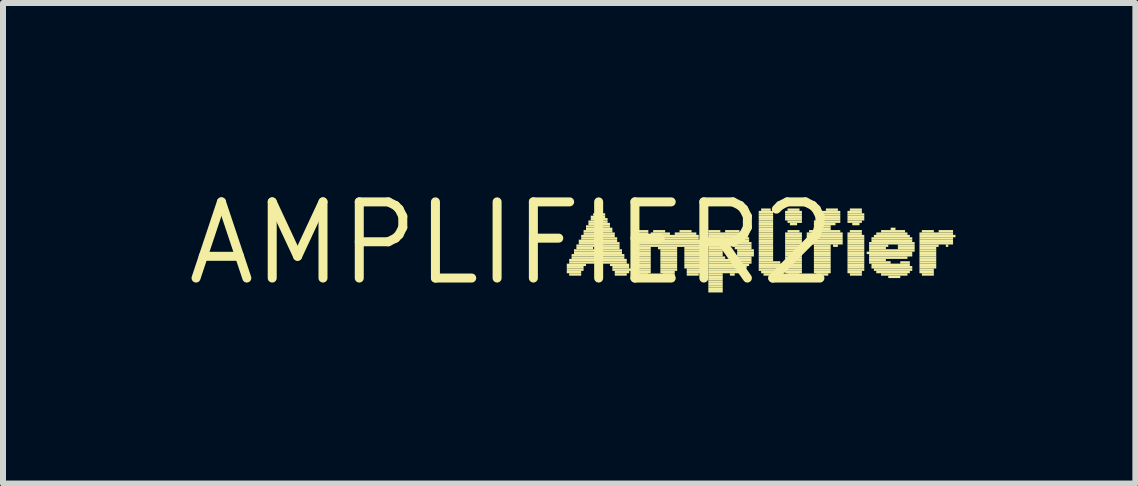
<source format=kicad_pcb>
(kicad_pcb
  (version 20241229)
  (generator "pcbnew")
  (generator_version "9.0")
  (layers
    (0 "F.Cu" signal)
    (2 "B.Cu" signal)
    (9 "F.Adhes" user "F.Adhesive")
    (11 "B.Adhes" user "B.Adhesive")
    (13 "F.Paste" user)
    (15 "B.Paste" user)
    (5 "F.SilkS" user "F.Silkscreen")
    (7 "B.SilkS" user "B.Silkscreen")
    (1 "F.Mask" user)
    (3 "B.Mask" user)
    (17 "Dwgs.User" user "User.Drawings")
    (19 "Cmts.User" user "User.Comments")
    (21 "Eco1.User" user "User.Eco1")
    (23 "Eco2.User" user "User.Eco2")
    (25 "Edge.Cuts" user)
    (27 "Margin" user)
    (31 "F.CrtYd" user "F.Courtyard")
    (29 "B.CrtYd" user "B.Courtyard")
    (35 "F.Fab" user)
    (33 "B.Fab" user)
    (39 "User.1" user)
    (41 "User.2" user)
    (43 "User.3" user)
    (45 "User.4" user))
  (footprint "AMPLIFIER2"
    (layer "F.Cu")
    (at 5.48 1.006)
    (property "Reference" "AMPLIFIER2" (at 0 0 0) (layer "F.SilkS") (effects (font (size 1.27 1.27) (thickness 0.15))))
    (fp_poly (pts (xy 0.92 0.38) (xy 1.24 0.38) (xy 1.24 0.34) (xy 0.92 0.34)) (stroke (width 0) (type default)) (fill yes) (layer "F.SilkS"))
    (fp_poly (pts (xy 0.92 0.42) (xy 1.2 0.42) (xy 1.2 0.38) (xy 0.92 0.38)) (stroke (width 0) (type default)) (fill yes) (layer "F.SilkS"))
    (fp_poly (pts (xy 0.92 0.46) (xy 1.2 0.46) (xy 1.2 0.42) (xy 0.92 0.42)) (stroke (width 0) (type default)) (fill yes) (layer "F.SilkS"))
    (fp_poly (pts (xy 0.92 0.5) (xy 1.16 0.5) (xy 1.16 0.46) (xy 0.92 0.46)) (stroke (width 0) (type default)) (fill yes) (layer "F.SilkS"))
    (fp_poly (pts (xy 0.96 0.3) (xy 1.92 0.3) (xy 1.92 0.26) (xy 0.96 0.26)) (stroke (width 0) (type default)) (fill yes) (layer "F.SilkS"))
    (fp_poly (pts (xy 0.96 0.34) (xy 1.92 0.34) (xy 1.92 0.3) (xy 0.96 0.3)) (stroke (width 0) (type default)) (fill yes) (layer "F.SilkS"))
    (fp_poly (pts (xy 0.96 0.54) (xy 1.16 0.54) (xy 1.16 0.5) (xy 0.96 0.5)) (stroke (width 0) (type default)) (fill yes) (layer "F.SilkS"))
    (fp_poly (pts (xy 1 0.22) (xy 1.88 0.22) (xy 1.88 0.18) (xy 1 0.18)) (stroke (width 0) (type default)) (fill yes) (layer "F.SilkS"))
    (fp_poly (pts (xy 1 0.26) (xy 1.88 0.26) (xy 1.88 0.22) (xy 1 0.22)) (stroke (width 0) (type default)) (fill yes) (layer "F.SilkS"))
    (fp_poly (pts (xy 1.04 0.14) (xy 1.84 0.14) (xy 1.84 0.1) (xy 1.04 0.1)) (stroke (width 0) (type default)) (fill yes) (layer "F.SilkS"))
    (fp_poly (pts (xy 1.04 0.18) (xy 1.84 0.18) (xy 1.84 0.14) (xy 1.04 0.14)) (stroke (width 0) (type default)) (fill yes) (layer "F.SilkS"))
    (fp_poly (pts (xy 1.08 0.06) (xy 1.4 0.06) (xy 1.4 0.02) (xy 1.08 0.02)) (stroke (width 0) (type default)) (fill yes) (layer "F.SilkS"))
    (fp_poly (pts (xy 1.08 0.1) (xy 1.36 0.1) (xy 1.36 0.06) (xy 1.08 0.06)) (stroke (width 0) (type default)) (fill yes) (layer "F.SilkS"))
    (fp_poly (pts (xy 1.12 -0.02) (xy 1.44 -0.02) (xy 1.44 -0.06) (xy 1.12 -0.06)) (stroke (width 0) (type default)) (fill yes) (layer "F.SilkS"))
    (fp_poly (pts (xy 1.12 0.02) (xy 1.4 0.02) (xy 1.4 -0.02) (xy 1.12 -0.02)) (stroke (width 0) (type default)) (fill yes) (layer "F.SilkS"))
    (fp_poly (pts (xy 1.16 -0.1) (xy 1.72 -0.1) (xy 1.72 -0.14) (xy 1.16 -0.14)) (stroke (width 0) (type default)) (fill yes) (layer "F.SilkS"))
    (fp_poly (pts (xy 1.16 -0.06) (xy 1.76 -0.06) (xy 1.76 -0.1) (xy 1.16 -0.1)) (stroke (width 0) (type default)) (fill yes) (layer "F.SilkS"))
    (fp_poly (pts (xy 1.2 -0.18) (xy 1.68 -0.18) (xy 1.68 -0.22) (xy 1.2 -0.22)) (stroke (width 0) (type default)) (fill yes) (layer "F.SilkS"))
    (fp_poly (pts (xy 1.2 -0.14) (xy 1.72 -0.14) (xy 1.72 -0.18) (xy 1.2 -0.18)) (stroke (width 0) (type default)) (fill yes) (layer "F.SilkS"))
    (fp_poly (pts (xy 1.24 -0.26) (xy 1.64 -0.26) (xy 1.64 -0.3) (xy 1.24 -0.3)) (stroke (width 0) (type default)) (fill yes) (layer "F.SilkS"))
    (fp_poly (pts (xy 1.24 -0.22) (xy 1.68 -0.22) (xy 1.68 -0.26) (xy 1.24 -0.26)) (stroke (width 0) (type default)) (fill yes) (layer "F.SilkS"))
    (fp_poly (pts (xy 1.28 -0.34) (xy 1.6 -0.34) (xy 1.6 -0.38) (xy 1.28 -0.38)) (stroke (width 0) (type default)) (fill yes) (layer "F.SilkS"))
    (fp_poly (pts (xy 1.28 -0.3) (xy 1.64 -0.3) (xy 1.64 -0.34) (xy 1.28 -0.34)) (stroke (width 0) (type default)) (fill yes) (layer "F.SilkS"))
    (fp_poly (pts (xy 1.32 -0.42) (xy 1.56 -0.42) (xy 1.56 -0.46) (xy 1.32 -0.46)) (stroke (width 0) (type default)) (fill yes) (layer "F.SilkS"))
    (fp_poly (pts (xy 1.32 -0.38) (xy 1.6 -0.38) (xy 1.6 -0.42) (xy 1.32 -0.42)) (stroke (width 0) (type default)) (fill yes) (layer "F.SilkS"))
    (fp_poly (pts (xy 1.36 -0.46) (xy 1.56 -0.46) (xy 1.56 -0.5) (xy 1.36 -0.5)) (stroke (width 0) (type default)) (fill yes) (layer "F.SilkS"))
    (fp_poly (pts (xy 1.44 -0.5) (xy 1.48 -0.5) (xy 1.48 -0.54) (xy 1.44 -0.54)) (stroke (width 0) (type default)) (fill yes) (layer "F.SilkS"))
    (fp_poly (pts (xy 1.48 -0.02) (xy 1.76 -0.02) (xy 1.76 -0.06) (xy 1.48 -0.06)) (stroke (width 0) (type default)) (fill yes) (layer "F.SilkS"))
    (fp_poly (pts (xy 1.48 0.02) (xy 1.8 0.02) (xy 1.8 -0.02) (xy 1.48 -0.02)) (stroke (width 0) (type default)) (fill yes) (layer "F.SilkS"))
    (fp_poly (pts (xy 1.52 0.06) (xy 1.8 0.06) (xy 1.8 0.02) (xy 1.52 0.02)) (stroke (width 0) (type default)) (fill yes) (layer "F.SilkS"))
    (fp_poly (pts (xy 1.52 0.1) (xy 1.8 0.1) (xy 1.8 0.06) (xy 1.52 0.06)) (stroke (width 0) (type default)) (fill yes) (layer "F.SilkS"))
    (fp_poly (pts (xy 1.64 0.38) (xy 1.96 0.38) (xy 1.96 0.34) (xy 1.64 0.34)) (stroke (width 0) (type default)) (fill yes) (layer "F.SilkS"))
    (fp_poly (pts (xy 1.68 0.42) (xy 1.96 0.42) (xy 1.96 0.38) (xy 1.68 0.38)) (stroke (width 0) (type default)) (fill yes) (layer "F.SilkS"))
    (fp_poly (pts (xy 1.68 0.46) (xy 2 0.46) (xy 2 0.42) (xy 1.68 0.42)) (stroke (width 0) (type default)) (fill yes) (layer "F.SilkS"))
    (fp_poly (pts (xy 1.72 0.5) (xy 1.96 0.5) (xy 1.96 0.46) (xy 1.72 0.46)) (stroke (width 0) (type default)) (fill yes) (layer "F.SilkS"))
    (fp_poly (pts (xy 1.72 0.54) (xy 1.92 0.54) (xy 1.92 0.5) (xy 1.72 0.5)) (stroke (width 0) (type default)) (fill yes) (layer "F.SilkS"))
    (fp_poly (pts (xy 2.04 -0.14) (xy 2.28 -0.14) (xy 2.28 -0.18) (xy 2.04 -0.18)) (stroke (width 0) (type default)) (fill yes) (layer "F.SilkS"))
    (fp_poly (pts (xy 2.04 -0.1) (xy 3.12 -0.1) (xy 3.12 -0.14) (xy 2.04 -0.14)) (stroke (width 0) (type default)) (fill yes) (layer "F.SilkS"))
    (fp_poly (pts (xy 2.04 -0.06) (xy 3.12 -0.06) (xy 3.12 -0.1) (xy 2.04 -0.1)) (stroke (width 0) (type default)) (fill yes) (layer "F.SilkS"))
    (fp_poly (pts (xy 2.04 -0.02) (xy 3.16 -0.02) (xy 3.16 -0.06) (xy 2.04 -0.06)) (stroke (width 0) (type default)) (fill yes) (layer "F.SilkS"))
    (fp_poly (pts (xy 2.04 0.02) (xy 3.16 0.02) (xy 3.16 -0.02) (xy 2.04 -0.02)) (stroke (width 0) (type default)) (fill yes) (layer "F.SilkS"))
    (fp_poly (pts (xy 2.04 0.06) (xy 3.16 0.06) (xy 3.16 0.02) (xy 2.04 0.02)) (stroke (width 0) (type default)) (fill yes) (layer "F.SilkS"))
    (fp_poly (pts (xy 2.04 0.1) (xy 2.32 0.1) (xy 2.32 0.06) (xy 2.04 0.06)) (stroke (width 0) (type default)) (fill yes) (layer "F.SilkS"))
    (fp_poly (pts (xy 2.04 0.14) (xy 2.32 0.14) (xy 2.32 0.1) (xy 2.04 0.1)) (stroke (width 0) (type default)) (fill yes) (layer "F.SilkS"))
    (fp_poly (pts (xy 2.04 0.18) (xy 2.32 0.18) (xy 2.32 0.14) (xy 2.04 0.14)) (stroke (width 0) (type default)) (fill yes) (layer "F.SilkS"))
    (fp_poly (pts (xy 2.04 0.22) (xy 2.32 0.22) (xy 2.32 0.18) (xy 2.04 0.18)) (stroke (width 0) (type default)) (fill yes) (layer "F.SilkS"))
    (fp_poly (pts (xy 2.04 0.26) (xy 2.32 0.26) (xy 2.32 0.22) (xy 2.04 0.22)) (stroke (width 0) (type default)) (fill yes) (layer "F.SilkS"))
    (fp_poly (pts (xy 2.04 0.3) (xy 2.32 0.3) (xy 2.32 0.26) (xy 2.04 0.26)) (stroke (width 0) (type default)) (fill yes) (layer "F.SilkS"))
    (fp_poly (pts (xy 2.04 0.34) (xy 2.32 0.34) (xy 2.32 0.3) (xy 2.04 0.3)) (stroke (width 0) (type default)) (fill yes) (layer "F.SilkS"))
    (fp_poly (pts (xy 2.04 0.38) (xy 2.32 0.38) (xy 2.32 0.34) (xy 2.04 0.34)) (stroke (width 0) (type default)) (fill yes) (layer "F.SilkS"))
    (fp_poly (pts (xy 2.04 0.42) (xy 2.32 0.42) (xy 2.32 0.38) (xy 2.04 0.38)) (stroke (width 0) (type default)) (fill yes) (layer "F.SilkS"))
    (fp_poly (pts (xy 2.04 0.46) (xy 2.32 0.46) (xy 2.32 0.42) (xy 2.04 0.42)) (stroke (width 0) (type default)) (fill yes) (layer "F.SilkS"))
    (fp_poly (pts (xy 2.04 0.5) (xy 2.32 0.5) (xy 2.32 0.46) (xy 2.04 0.46)) (stroke (width 0) (type default)) (fill yes) (layer "F.SilkS"))
    (fp_poly (pts (xy 2.08 -0.18) (xy 2.28 -0.18) (xy 2.28 -0.22) (xy 2.08 -0.22)) (stroke (width 0) (type default)) (fill yes) (layer "F.SilkS"))
    (fp_poly (pts (xy 2.08 0.54) (xy 2.28 0.54) (xy 2.28 0.5) (xy 2.08 0.5)) (stroke (width 0) (type default)) (fill yes) (layer "F.SilkS"))
    (fp_poly (pts (xy 2.32 -0.14) (xy 2.64 -0.14) (xy 2.64 -0.18) (xy 2.32 -0.18)) (stroke (width 0) (type default)) (fill yes) (layer "F.SilkS"))
    (fp_poly (pts (xy 2.36 -0.18) (xy 2.56 -0.18) (xy 2.56 -0.22) (xy 2.36 -0.22)) (stroke (width 0) (type default)) (fill yes) (layer "F.SilkS"))
    (fp_poly (pts (xy 2.44 0.1) (xy 2.76 0.1) (xy 2.76 0.06) (xy 2.44 0.06)) (stroke (width 0) (type default)) (fill yes) (layer "F.SilkS"))
    (fp_poly (pts (xy 2.48 0.14) (xy 2.76 0.14) (xy 2.76 0.1) (xy 2.48 0.1)) (stroke (width 0) (type default)) (fill yes) (layer "F.SilkS"))
    (fp_poly (pts (xy 2.48 0.18) (xy 2.76 0.18) (xy 2.76 0.14) (xy 2.48 0.14)) (stroke (width 0) (type default)) (fill yes) (layer "F.SilkS"))
    (fp_poly (pts (xy 2.48 0.22) (xy 2.76 0.22) (xy 2.76 0.18) (xy 2.48 0.18)) (stroke (width 0) (type default)) (fill yes) (layer "F.SilkS"))
    (fp_poly (pts (xy 2.48 0.26) (xy 2.76 0.26) (xy 2.76 0.22) (xy 2.48 0.22)) (stroke (width 0) (type default)) (fill yes) (layer "F.SilkS"))
    (fp_poly (pts (xy 2.48 0.3) (xy 2.76 0.3) (xy 2.76 0.26) (xy 2.48 0.26)) (stroke (width 0) (type default)) (fill yes) (layer "F.SilkS"))
    (fp_poly (pts (xy 2.48 0.34) (xy 2.76 0.34) (xy 2.76 0.3) (xy 2.48 0.3)) (stroke (width 0) (type default)) (fill yes) (layer "F.SilkS"))
    (fp_poly (pts (xy 2.48 0.38) (xy 2.76 0.38) (xy 2.76 0.34) (xy 2.48 0.34)) (stroke (width 0) (type default)) (fill yes) (layer "F.SilkS"))
    (fp_poly (pts (xy 2.48 0.42) (xy 2.76 0.42) (xy 2.76 0.38) (xy 2.48 0.38)) (stroke (width 0) (type default)) (fill yes) (layer "F.SilkS"))
    (fp_poly (pts (xy 2.48 0.46) (xy 2.76 0.46) (xy 2.76 0.42) (xy 2.48 0.42)) (stroke (width 0) (type default)) (fill yes) (layer "F.SilkS"))
    (fp_poly (pts (xy 2.48 0.5) (xy 2.72 0.5) (xy 2.72 0.46) (xy 2.48 0.46)) (stroke (width 0) (type default)) (fill yes) (layer "F.SilkS"))
    (fp_poly (pts (xy 2.52 0.54) (xy 2.72 0.54) (xy 2.72 0.5) (xy 2.52 0.5)) (stroke (width 0) (type default)) (fill yes) (layer "F.SilkS"))
    (fp_poly (pts (xy 2.72 -0.14) (xy 3.08 -0.14) (xy 3.08 -0.18) (xy 2.72 -0.18)) (stroke (width 0) (type default)) (fill yes) (layer "F.SilkS"))
    (fp_poly (pts (xy 2.8 -0.18) (xy 3 -0.18) (xy 3 -0.22) (xy 2.8 -0.22)) (stroke (width 0) (type default)) (fill yes) (layer "F.SilkS"))
    (fp_poly (pts (xy 2.88 0.1) (xy 3.16 0.1) (xy 3.16 0.06) (xy 2.88 0.06)) (stroke (width 0) (type default)) (fill yes) (layer "F.SilkS"))
    (fp_poly (pts (xy 2.88 0.14) (xy 3.16 0.14) (xy 3.16 0.1) (xy 2.88 0.1)) (stroke (width 0) (type default)) (fill yes) (layer "F.SilkS"))
    (fp_poly (pts (xy 2.88 0.18) (xy 3.16 0.18) (xy 3.16 0.14) (xy 2.88 0.14)) (stroke (width 0) (type default)) (fill yes) (layer "F.SilkS"))
    (fp_poly (pts (xy 2.88 0.22) (xy 3.16 0.22) (xy 3.16 0.18) (xy 2.88 0.18)) (stroke (width 0) (type default)) (fill yes) (layer "F.SilkS"))
    (fp_poly (pts (xy 2.88 0.26) (xy 3.16 0.26) (xy 3.16 0.22) (xy 2.88 0.22)) (stroke (width 0) (type default)) (fill yes) (layer "F.SilkS"))
    (fp_poly (pts (xy 2.88 0.3) (xy 3.16 0.3) (xy 3.16 0.26) (xy 2.88 0.26)) (stroke (width 0) (type default)) (fill yes) (layer "F.SilkS"))
    (fp_poly (pts (xy 2.88 0.34) (xy 3.16 0.34) (xy 3.16 0.3) (xy 2.88 0.3)) (stroke (width 0) (type default)) (fill yes) (layer "F.SilkS"))
    (fp_poly (pts (xy 2.88 0.38) (xy 3.16 0.38) (xy 3.16 0.34) (xy 2.88 0.34)) (stroke (width 0) (type default)) (fill yes) (layer "F.SilkS"))
    (fp_poly (pts (xy 2.88 0.42) (xy 3.16 0.42) (xy 3.16 0.38) (xy 2.88 0.38)) (stroke (width 0) (type default)) (fill yes) (layer "F.SilkS"))
    (fp_poly (pts (xy 2.92 0.46) (xy 3.16 0.46) (xy 3.16 0.42) (xy 2.92 0.42)) (stroke (width 0) (type default)) (fill yes) (layer "F.SilkS"))
    (fp_poly (pts (xy 2.92 0.5) (xy 3.16 0.5) (xy 3.16 0.46) (xy 2.92 0.46)) (stroke (width 0) (type default)) (fill yes) (layer "F.SilkS"))
    (fp_poly (pts (xy 2.92 0.54) (xy 3.12 0.54) (xy 3.12 0.5) (xy 2.92 0.5)) (stroke (width 0) (type default)) (fill yes) (layer "F.SilkS"))
    (fp_poly (pts (xy 3.28 -0.18) (xy 3.48 -0.18) (xy 3.48 -0.22) (xy 3.28 -0.22)) (stroke (width 0) (type default)) (fill yes) (layer "F.SilkS"))
    (fp_poly (pts (xy 3.28 -0.14) (xy 3.88 -0.14) (xy 3.88 -0.18) (xy 3.28 -0.18)) (stroke (width 0) (type default)) (fill yes) (layer "F.SilkS"))
    (fp_poly (pts (xy 3.28 -0.1) (xy 3.92 -0.1) (xy 3.92 -0.14) (xy 3.28 -0.14)) (stroke (width 0) (type default)) (fill yes) (layer "F.SilkS"))
    (fp_poly (pts (xy 3.28 -0.06) (xy 3.96 -0.06) (xy 3.96 -0.1) (xy 3.28 -0.1)) (stroke (width 0) (type default)) (fill yes) (layer "F.SilkS"))
    (fp_poly (pts (xy 3.28 -0.02) (xy 3.96 -0.02) (xy 3.96 -0.06) (xy 3.28 -0.06)) (stroke (width 0) (type default)) (fill yes) (layer "F.SilkS"))
    (fp_poly (pts (xy 3.28 0.02) (xy 4 0.02) (xy 4 -0.02) (xy 3.28 -0.02)) (stroke (width 0) (type default)) (fill yes) (layer "F.SilkS"))
    (fp_poly (pts (xy 3.28 0.06) (xy 3.6 0.06) (xy 3.6 0.02) (xy 3.28 0.02)) (stroke (width 0) (type default)) (fill yes) (layer "F.SilkS"))
    (fp_poly (pts (xy 3.28 0.1) (xy 3.56 0.1) (xy 3.56 0.06) (xy 3.28 0.06)) (stroke (width 0) (type default)) (fill yes) (layer "F.SilkS"))
    (fp_poly (pts (xy 3.28 0.14) (xy 3.52 0.14) (xy 3.52 0.1) (xy 3.28 0.1)) (stroke (width 0) (type default)) (fill yes) (layer "F.SilkS"))
    (fp_poly (pts (xy 3.28 0.18) (xy 3.52 0.18) (xy 3.52 0.14) (xy 3.28 0.14)) (stroke (width 0) (type default)) (fill yes) (layer "F.SilkS"))
    (fp_poly (pts (xy 3.28 0.22) (xy 3.52 0.22) (xy 3.52 0.18) (xy 3.28 0.18)) (stroke (width 0) (type default)) (fill yes) (layer "F.SilkS"))
    (fp_poly (pts (xy 3.28 0.26) (xy 3.56 0.26) (xy 3.56 0.22) (xy 3.28 0.22)) (stroke (width 0) (type default)) (fill yes) (layer "F.SilkS"))
    (fp_poly (pts (xy 3.28 0.3) (xy 4 0.3) (xy 4 0.26) (xy 3.28 0.26)) (stroke (width 0) (type default)) (fill yes) (layer "F.SilkS"))
    (fp_poly (pts (xy 3.28 0.34) (xy 4 0.34) (xy 4 0.3) (xy 3.28 0.3)) (stroke (width 0) (type default)) (fill yes) (layer "F.SilkS"))
    (fp_poly (pts (xy 3.28 0.38) (xy 3.96 0.38) (xy 3.96 0.34) (xy 3.28 0.34)) (stroke (width 0) (type default)) (fill yes) (layer "F.SilkS"))
    (fp_poly (pts (xy 3.28 0.42) (xy 3.92 0.42) (xy 3.92 0.38) (xy 3.28 0.38)) (stroke (width 0) (type default)) (fill yes) (layer "F.SilkS"))
    (fp_poly (pts (xy 3.28 0.46) (xy 3.88 0.46) (xy 3.88 0.42) (xy 3.28 0.42)) (stroke (width 0) (type default)) (fill yes) (layer "F.SilkS"))
    (fp_poly (pts (xy 3.28 0.5) (xy 3.84 0.5) (xy 3.84 0.46) (xy 3.28 0.46)) (stroke (width 0) (type default)) (fill yes) (layer "F.SilkS"))
    (fp_poly (pts (xy 3.28 0.54) (xy 3.52 0.54) (xy 3.52 0.5) (xy 3.28 0.5)) (stroke (width 0) (type default)) (fill yes) (layer "F.SilkS"))
    (fp_poly (pts (xy 3.28 0.58) (xy 3.52 0.58) (xy 3.52 0.54) (xy 3.28 0.54)) (stroke (width 0) (type default)) (fill yes) (layer "F.SilkS"))
    (fp_poly (pts (xy 3.28 0.62) (xy 3.52 0.62) (xy 3.52 0.58) (xy 3.28 0.58)) (stroke (width 0) (type default)) (fill yes) (layer "F.SilkS"))
    (fp_poly (pts (xy 3.28 0.66) (xy 3.52 0.66) (xy 3.52 0.62) (xy 3.28 0.62)) (stroke (width 0) (type default)) (fill yes) (layer "F.SilkS"))
    (fp_poly (pts (xy 3.28 0.7) (xy 3.52 0.7) (xy 3.52 0.66) (xy 3.28 0.66)) (stroke (width 0) (type default)) (fill yes) (layer "F.SilkS"))
    (fp_poly (pts (xy 3.28 0.74) (xy 3.52 0.74) (xy 3.52 0.7) (xy 3.28 0.7)) (stroke (width 0) (type default)) (fill yes) (layer "F.SilkS"))
    (fp_poly (pts (xy 3.28 0.78) (xy 3.52 0.78) (xy 3.52 0.74) (xy 3.28 0.74)) (stroke (width 0) (type default)) (fill yes) (layer "F.SilkS"))
    (fp_poly (pts (xy 3.28 0.82) (xy 3.52 0.82) (xy 3.52 0.78) (xy 3.28 0.78)) (stroke (width 0) (type default)) (fill yes) (layer "F.SilkS"))
    (fp_poly (pts (xy 3.56 -0.18) (xy 3.8 -0.18) (xy 3.8 -0.22) (xy 3.56 -0.22)) (stroke (width 0) (type default)) (fill yes) (layer "F.SilkS"))
    (fp_poly (pts (xy 3.64 0.54) (xy 3.72 0.54) (xy 3.72 0.5) (xy 3.64 0.5)) (stroke (width 0) (type default)) (fill yes) (layer "F.SilkS"))
    (fp_poly (pts (xy 3.68 0.06) (xy 4 0.06) (xy 4 0.02) (xy 3.68 0.02)) (stroke (width 0) (type default)) (fill yes) (layer "F.SilkS"))
    (fp_poly (pts (xy 3.72 0.1) (xy 4 0.1) (xy 4 0.06) (xy 3.72 0.06)) (stroke (width 0) (type default)) (fill yes) (layer "F.SilkS"))
    (fp_poly (pts (xy 3.72 0.26) (xy 4 0.26) (xy 4 0.22) (xy 3.72 0.22)) (stroke (width 0) (type default)) (fill yes) (layer "F.SilkS"))
    (fp_poly (pts (xy 3.76 0.14) (xy 4.04 0.14) (xy 4.04 0.1) (xy 3.76 0.1)) (stroke (width 0) (type default)) (fill yes) (layer "F.SilkS"))
    (fp_poly (pts (xy 3.76 0.18) (xy 4.04 0.18) (xy 4.04 0.14) (xy 3.76 0.14)) (stroke (width 0) (type default)) (fill yes) (layer "F.SilkS"))
    (fp_poly (pts (xy 3.76 0.22) (xy 4.04 0.22) (xy 4.04 0.18) (xy 3.76 0.18)) (stroke (width 0) (type default)) (fill yes) (layer "F.SilkS"))
    (fp_poly (pts (xy 4.12 -0.5) (xy 4.36 -0.5) (xy 4.36 -0.54) (xy 4.12 -0.54)) (stroke (width 0) (type default)) (fill yes) (layer "F.SilkS"))
    (fp_poly (pts (xy 4.12 -0.46) (xy 4.36 -0.46) (xy 4.36 -0.5) (xy 4.12 -0.5)) (stroke (width 0) (type default)) (fill yes) (layer "F.SilkS"))
    (fp_poly (pts (xy 4.12 -0.42) (xy 4.36 -0.42) (xy 4.36 -0.46) (xy 4.12 -0.46)) (stroke (width 0) (type default)) (fill yes) (layer "F.SilkS"))
    (fp_poly (pts (xy 4.12 -0.38) (xy 4.36 -0.38) (xy 4.36 -0.42) (xy 4.12 -0.42)) (stroke (width 0) (type default)) (fill yes) (layer "F.SilkS"))
    (fp_poly (pts (xy 4.12 -0.34) (xy 4.36 -0.34) (xy 4.36 -0.38) (xy 4.12 -0.38)) (stroke (width 0) (type default)) (fill yes) (layer "F.SilkS"))
    (fp_poly (pts (xy 4.12 -0.3) (xy 4.36 -0.3) (xy 4.36 -0.34) (xy 4.12 -0.34)) (stroke (width 0) (type default)) (fill yes) (layer "F.SilkS"))
    (fp_poly (pts (xy 4.12 -0.26) (xy 4.36 -0.26) (xy 4.36 -0.3) (xy 4.12 -0.3)) (stroke (width 0) (type default)) (fill yes) (layer "F.SilkS"))
    (fp_poly (pts (xy 4.12 -0.22) (xy 4.36 -0.22) (xy 4.36 -0.26) (xy 4.12 -0.26)) (stroke (width 0) (type default)) (fill yes) (layer "F.SilkS"))
    (fp_poly (pts (xy 4.12 -0.18) (xy 4.36 -0.18) (xy 4.36 -0.22) (xy 4.12 -0.22)) (stroke (width 0) (type default)) (fill yes) (layer "F.SilkS"))
    (fp_poly (pts (xy 4.12 -0.14) (xy 4.36 -0.14) (xy 4.36 -0.18) (xy 4.12 -0.18)) (stroke (width 0) (type default)) (fill yes) (layer "F.SilkS"))
    (fp_poly (pts (xy 4.12 -0.1) (xy 4.36 -0.1) (xy 4.36 -0.14) (xy 4.12 -0.14)) (stroke (width 0) (type default)) (fill yes) (layer "F.SilkS"))
    (fp_poly (pts (xy 4.12 -0.06) (xy 4.36 -0.06) (xy 4.36 -0.1) (xy 4.12 -0.1)) (stroke (width 0) (type default)) (fill yes) (layer "F.SilkS"))
    (fp_poly (pts (xy 4.12 -0.02) (xy 4.36 -0.02) (xy 4.36 -0.06) (xy 4.12 -0.06)) (stroke (width 0) (type default)) (fill yes) (layer "F.SilkS"))
    (fp_poly (pts (xy 4.12 0.02) (xy 4.36 0.02) (xy 4.36 -0.02) (xy 4.12 -0.02)) (stroke (width 0) (type default)) (fill yes) (layer "F.SilkS"))
    (fp_poly (pts (xy 4.12 0.06) (xy 4.36 0.06) (xy 4.36 0.02) (xy 4.12 0.02)) (stroke (width 0) (type default)) (fill yes) (layer "F.SilkS"))
    (fp_poly (pts (xy 4.12 0.1) (xy 4.36 0.1) (xy 4.36 0.06) (xy 4.12 0.06)) (stroke (width 0) (type default)) (fill yes) (layer "F.SilkS"))
    (fp_poly (pts (xy 4.12 0.14) (xy 4.36 0.14) (xy 4.36 0.1) (xy 4.12 0.1)) (stroke (width 0) (type default)) (fill yes) (layer "F.SilkS"))
    (fp_poly (pts (xy 4.12 0.18) (xy 4.36 0.18) (xy 4.36 0.14) (xy 4.12 0.14)) (stroke (width 0) (type default)) (fill yes) (layer "F.SilkS"))
    (fp_poly (pts (xy 4.12 0.22) (xy 4.36 0.22) (xy 4.36 0.18) (xy 4.12 0.18)) (stroke (width 0) (type default)) (fill yes) (layer "F.SilkS"))
    (fp_poly (pts (xy 4.12 0.26) (xy 4.36 0.26) (xy 4.36 0.22) (xy 4.12 0.22)) (stroke (width 0) (type default)) (fill yes) (layer "F.SilkS"))
    (fp_poly (pts (xy 4.12 0.3) (xy 4.36 0.3) (xy 4.36 0.26) (xy 4.12 0.26)) (stroke (width 0) (type default)) (fill yes) (layer "F.SilkS"))
    (fp_poly (pts (xy 4.12 0.34) (xy 4.48 0.34) (xy 4.48 0.3) (xy 4.12 0.3)) (stroke (width 0) (type default)) (fill yes) (layer "F.SilkS"))
    (fp_poly (pts (xy 4.12 0.38) (xy 4.52 0.38) (xy 4.52 0.34) (xy 4.12 0.34)) (stroke (width 0) (type default)) (fill yes) (layer "F.SilkS"))
    (fp_poly (pts (xy 4.12 0.42) (xy 4.52 0.42) (xy 4.52 0.38) (xy 4.12 0.38)) (stroke (width 0) (type default)) (fill yes) (layer "F.SilkS"))
    (fp_poly (pts (xy 4.12 0.46) (xy 4.52 0.46) (xy 4.52 0.42) (xy 4.12 0.42)) (stroke (width 0) (type default)) (fill yes) (layer "F.SilkS"))
    (fp_poly (pts (xy 4.16 -0.54) (xy 4.32 -0.54) (xy 4.32 -0.58) (xy 4.16 -0.58)) (stroke (width 0) (type default)) (fill yes) (layer "F.SilkS"))
    (fp_poly (pts (xy 4.16 0.5) (xy 4.52 0.5) (xy 4.52 0.46) (xy 4.16 0.46)) (stroke (width 0) (type default)) (fill yes) (layer "F.SilkS"))
    (fp_poly (pts (xy 4.2 0.54) (xy 4.48 0.54) (xy 4.48 0.5) (xy 4.2 0.5)) (stroke (width 0) (type default)) (fill yes) (layer "F.SilkS"))
    (fp_poly (pts (xy 4.56 -0.5) (xy 4.84 -0.5) (xy 4.84 -0.54) (xy 4.56 -0.54)) (stroke (width 0) (type default)) (fill yes) (layer "F.SilkS"))
    (fp_poly (pts (xy 4.56 -0.46) (xy 4.84 -0.46) (xy 4.84 -0.5) (xy 4.56 -0.5)) (stroke (width 0) (type default)) (fill yes) (layer "F.SilkS"))
    (fp_poly (pts (xy 4.56 -0.42) (xy 4.84 -0.42) (xy 4.84 -0.46) (xy 4.56 -0.46)) (stroke (width 0) (type default)) (fill yes) (layer "F.SilkS"))
    (fp_poly (pts (xy 4.56 -0.38) (xy 4.84 -0.38) (xy 4.84 -0.42) (xy 4.56 -0.42)) (stroke (width 0) (type default)) (fill yes) (layer "F.SilkS"))
    (fp_poly (pts (xy 4.56 -0.14) (xy 4.84 -0.14) (xy 4.84 -0.18) (xy 4.56 -0.18)) (stroke (width 0) (type default)) (fill yes) (layer "F.SilkS"))
    (fp_poly (pts (xy 4.56 -0.1) (xy 4.84 -0.1) (xy 4.84 -0.14) (xy 4.56 -0.14)) (stroke (width 0) (type default)) (fill yes) (layer "F.SilkS"))
    (fp_poly (pts (xy 4.56 -0.06) (xy 4.84 -0.06) (xy 4.84 -0.1) (xy 4.56 -0.1)) (stroke (width 0) (type default)) (fill yes) (layer "F.SilkS"))
    (fp_poly (pts (xy 4.56 -0.02) (xy 4.84 -0.02) (xy 4.84 -0.06) (xy 4.56 -0.06)) (stroke (width 0) (type default)) (fill yes) (layer "F.SilkS"))
    (fp_poly (pts (xy 4.56 0.02) (xy 4.84 0.02) (xy 4.84 -0.02) (xy 4.56 -0.02)) (stroke (width 0) (type default)) (fill yes) (layer "F.SilkS"))
    (fp_poly (pts (xy 4.56 0.06) (xy 4.84 0.06) (xy 4.84 0.02) (xy 4.56 0.02)) (stroke (width 0) (type default)) (fill yes) (layer "F.SilkS"))
    (fp_poly (pts (xy 4.56 0.1) (xy 4.84 0.1) (xy 4.84 0.06) (xy 4.56 0.06)) (stroke (width 0) (type default)) (fill yes) (layer "F.SilkS"))
    (fp_poly (pts (xy 4.56 0.14) (xy 4.84 0.14) (xy 4.84 0.1) (xy 4.56 0.1)) (stroke (width 0) (type default)) (fill yes) (layer "F.SilkS"))
    (fp_poly (pts (xy 4.56 0.18) (xy 4.84 0.18) (xy 4.84 0.14) (xy 4.56 0.14)) (stroke (width 0) (type default)) (fill yes) (layer "F.SilkS"))
    (fp_poly (pts (xy 4.56 0.22) (xy 4.84 0.22) (xy 4.84 0.18) (xy 4.56 0.18)) (stroke (width 0) (type default)) (fill yes) (layer "F.SilkS"))
    (fp_poly (pts (xy 4.56 0.26) (xy 4.84 0.26) (xy 4.84 0.22) (xy 4.56 0.22)) (stroke (width 0) (type default)) (fill yes) (layer "F.SilkS"))
    (fp_poly (pts (xy 4.56 0.3) (xy 4.84 0.3) (xy 4.84 0.26) (xy 4.56 0.26)) (stroke (width 0) (type default)) (fill yes) (layer "F.SilkS"))
    (fp_poly (pts (xy 4.56 0.34) (xy 4.84 0.34) (xy 4.84 0.3) (xy 4.56 0.3)) (stroke (width 0) (type default)) (fill yes) (layer "F.SilkS"))
    (fp_poly (pts (xy 4.56 0.38) (xy 4.84 0.38) (xy 4.84 0.34) (xy 4.56 0.34)) (stroke (width 0) (type default)) (fill yes) (layer "F.SilkS"))
    (fp_poly (pts (xy 4.56 0.42) (xy 4.84 0.42) (xy 4.84 0.38) (xy 4.56 0.38)) (stroke (width 0) (type default)) (fill yes) (layer "F.SilkS"))
    (fp_poly (pts (xy 4.56 0.46) (xy 4.84 0.46) (xy 4.84 0.42) (xy 4.56 0.42)) (stroke (width 0) (type default)) (fill yes) (layer "F.SilkS"))
    (fp_poly (pts (xy 4.56 0.5) (xy 4.84 0.5) (xy 4.84 0.46) (xy 4.56 0.46)) (stroke (width 0) (type default)) (fill yes) (layer "F.SilkS"))
    (fp_poly (pts (xy 4.6 -0.54) (xy 4.8 -0.54) (xy 4.8 -0.58) (xy 4.6 -0.58)) (stroke (width 0) (type default)) (fill yes) (layer "F.SilkS"))
    (fp_poly (pts (xy 4.6 -0.34) (xy 4.84 -0.34) (xy 4.84 -0.38) (xy 4.6 -0.38)) (stroke (width 0) (type default)) (fill yes) (layer "F.SilkS"))
    (fp_poly (pts (xy 4.6 -0.18) (xy 4.8 -0.18) (xy 4.8 -0.22) (xy 4.6 -0.22)) (stroke (width 0) (type default)) (fill yes) (layer "F.SilkS"))
    (fp_poly (pts (xy 4.6 0.54) (xy 4.8 0.54) (xy 4.8 0.5) (xy 4.6 0.5)) (stroke (width 0) (type default)) (fill yes) (layer "F.SilkS"))
    (fp_poly (pts (xy 4.64 -0.3) (xy 4.76 -0.3) (xy 4.76 -0.34) (xy 4.64 -0.34)) (stroke (width 0) (type default)) (fill yes) (layer "F.SilkS"))
    (fp_poly (pts (xy 4.92 -0.14) (xy 5.52 -0.14) (xy 5.52 -0.18) (xy 4.92 -0.18)) (stroke (width 0) (type default)) (fill yes) (layer "F.SilkS"))
    (fp_poly (pts (xy 4.92 -0.1) (xy 5.52 -0.1) (xy 5.52 -0.14) (xy 4.92 -0.14)) (stroke (width 0) (type default)) (fill yes) (layer "F.SilkS"))
    (fp_poly (pts (xy 4.92 -0.06) (xy 5.52 -0.06) (xy 5.52 -0.1) (xy 4.92 -0.1)) (stroke (width 0) (type default)) (fill yes) (layer "F.SilkS"))
    (fp_poly (pts (xy 4.92 -0.02) (xy 5.52 -0.02) (xy 5.52 -0.06) (xy 4.92 -0.06)) (stroke (width 0) (type default)) (fill yes) (layer "F.SilkS"))
    (fp_poly (pts (xy 4.92 0.02) (xy 5.52 0.02) (xy 5.52 -0.02) (xy 4.92 -0.02)) (stroke (width 0) (type default)) (fill yes) (layer "F.SilkS"))
    (fp_poly (pts (xy 4.96 -0.18) (xy 5.48 -0.18) (xy 5.48 -0.22) (xy 4.96 -0.22)) (stroke (width 0) (type default)) (fill yes) (layer "F.SilkS"))
    (fp_poly (pts (xy 5.04 -0.34) (xy 5.48 -0.34) (xy 5.48 -0.38) (xy 5.04 -0.38)) (stroke (width 0) (type default)) (fill yes) (layer "F.SilkS"))
    (fp_poly (pts (xy 5.04 -0.3) (xy 5.4 -0.3) (xy 5.4 -0.34) (xy 5.04 -0.34)) (stroke (width 0) (type default)) (fill yes) (layer "F.SilkS"))
    (fp_poly (pts (xy 5.04 -0.26) (xy 5.32 -0.26) (xy 5.32 -0.3) (xy 5.04 -0.3)) (stroke (width 0) (type default)) (fill yes) (layer "F.SilkS"))
    (fp_poly (pts (xy 5.04 -0.22) (xy 5.32 -0.22) (xy 5.32 -0.26) (xy 5.04 -0.26)) (stroke (width 0) (type default)) (fill yes) (layer "F.SilkS"))
    (fp_poly (pts (xy 5.04 0.06) (xy 5.32 0.06) (xy 5.32 0.02) (xy 5.04 0.02)) (stroke (width 0) (type default)) (fill yes) (layer "F.SilkS"))
    (fp_poly (pts (xy 5.04 0.1) (xy 5.32 0.1) (xy 5.32 0.06) (xy 5.04 0.06)) (stroke (width 0) (type default)) (fill yes) (layer "F.SilkS"))
    (fp_poly (pts (xy 5.04 0.14) (xy 5.32 0.14) (xy 5.32 0.1) (xy 5.04 0.1)) (stroke (width 0) (type default)) (fill yes) (layer "F.SilkS"))
    (fp_poly (pts (xy 5.04 0.18) (xy 5.32 0.18) (xy 5.32 0.14) (xy 5.04 0.14)) (stroke (width 0) (type default)) (fill yes) (layer "F.SilkS"))
    (fp_poly (pts (xy 5.04 0.22) (xy 5.32 0.22) (xy 5.32 0.18) (xy 5.04 0.18)) (stroke (width 0) (type default)) (fill yes) (layer "F.SilkS"))
    (fp_poly (pts (xy 5.04 0.26) (xy 5.32 0.26) (xy 5.32 0.22) (xy 5.04 0.22)) (stroke (width 0) (type default)) (fill yes) (layer "F.SilkS"))
    (fp_poly (pts (xy 5.04 0.3) (xy 5.32 0.3) (xy 5.32 0.26) (xy 5.04 0.26)) (stroke (width 0) (type default)) (fill yes) (layer "F.SilkS"))
    (fp_poly (pts (xy 5.04 0.34) (xy 5.32 0.34) (xy 5.32 0.3) (xy 5.04 0.3)) (stroke (width 0) (type default)) (fill yes) (layer "F.SilkS"))
    (fp_poly (pts (xy 5.04 0.38) (xy 5.32 0.38) (xy 5.32 0.34) (xy 5.04 0.34)) (stroke (width 0) (type default)) (fill yes) (layer "F.SilkS"))
    (fp_poly (pts (xy 5.04 0.42) (xy 5.32 0.42) (xy 5.32 0.38) (xy 5.04 0.38)) (stroke (width 0) (type default)) (fill yes) (layer "F.SilkS"))
    (fp_poly (pts (xy 5.04 0.46) (xy 5.32 0.46) (xy 5.32 0.42) (xy 5.04 0.42)) (stroke (width 0) (type default)) (fill yes) (layer "F.SilkS"))
    (fp_poly (pts (xy 5.04 0.5) (xy 5.32 0.5) (xy 5.32 0.46) (xy 5.04 0.46)) (stroke (width 0) (type default)) (fill yes) (layer "F.SilkS"))
    (fp_poly (pts (xy 5.08 -0.42) (xy 5.48 -0.42) (xy 5.48 -0.46) (xy 5.08 -0.46)) (stroke (width 0) (type default)) (fill yes) (layer "F.SilkS"))
    (fp_poly (pts (xy 5.08 -0.38) (xy 5.48 -0.38) (xy 5.48 -0.42) (xy 5.08 -0.42)) (stroke (width 0) (type default)) (fill yes) (layer "F.SilkS"))
    (fp_poly (pts (xy 5.08 0.54) (xy 5.28 0.54) (xy 5.28 0.5) (xy 5.08 0.5)) (stroke (width 0) (type default)) (fill yes) (layer "F.SilkS"))
    (fp_poly (pts (xy 5.12 -0.46) (xy 5.48 -0.46) (xy 5.48 -0.5) (xy 5.12 -0.5)) (stroke (width 0) (type default)) (fill yes) (layer "F.SilkS"))
    (fp_poly (pts (xy 5.16 -0.5) (xy 5.48 -0.5) (xy 5.48 -0.54) (xy 5.16 -0.54)) (stroke (width 0) (type default)) (fill yes) (layer "F.SilkS"))
    (fp_poly (pts (xy 5.24 -0.54) (xy 5.44 -0.54) (xy 5.44 -0.58) (xy 5.24 -0.58)) (stroke (width 0) (type default)) (fill yes) (layer "F.SilkS"))
    (fp_poly (pts (xy 5.36 0.06) (xy 5.44 0.06) (xy 5.44 0.02) (xy 5.36 0.02)) (stroke (width 0) (type default)) (fill yes) (layer "F.SilkS"))
    (fp_poly (pts (xy 5.6 -0.5) (xy 5.84 -0.5) (xy 5.84 -0.54) (xy 5.6 -0.54)) (stroke (width 0) (type default)) (fill yes) (layer "F.SilkS"))
    (fp_poly (pts (xy 5.6 -0.46) (xy 5.88 -0.46) (xy 5.88 -0.5) (xy 5.6 -0.5)) (stroke (width 0) (type default)) (fill yes) (layer "F.SilkS"))
    (fp_poly (pts (xy 5.6 -0.42) (xy 5.88 -0.42) (xy 5.88 -0.46) (xy 5.6 -0.46)) (stroke (width 0) (type default)) (fill yes) (layer "F.SilkS"))
    (fp_poly (pts (xy 5.6 -0.38) (xy 5.88 -0.38) (xy 5.88 -0.42) (xy 5.6 -0.42)) (stroke (width 0) (type default)) (fill yes) (layer "F.SilkS"))
    (fp_poly (pts (xy 5.6 -0.34) (xy 5.84 -0.34) (xy 5.84 -0.38) (xy 5.6 -0.38)) (stroke (width 0) (type default)) (fill yes) (layer "F.SilkS"))
    (fp_poly (pts (xy 5.6 -0.14) (xy 5.84 -0.14) (xy 5.84 -0.18) (xy 5.6 -0.18)) (stroke (width 0) (type default)) (fill yes) (layer "F.SilkS"))
    (fp_poly (pts (xy 5.6 -0.1) (xy 5.88 -0.1) (xy 5.88 -0.14) (xy 5.6 -0.14)) (stroke (width 0) (type default)) (fill yes) (layer "F.SilkS"))
    (fp_poly (pts (xy 5.6 -0.06) (xy 5.88 -0.06) (xy 5.88 -0.1) (xy 5.6 -0.1)) (stroke (width 0) (type default)) (fill yes) (layer "F.SilkS"))
    (fp_poly (pts (xy 5.6 -0.02) (xy 5.88 -0.02) (xy 5.88 -0.06) (xy 5.6 -0.06)) (stroke (width 0) (type default)) (fill yes) (layer "F.SilkS"))
    (fp_poly (pts (xy 5.6 0.02) (xy 5.88 0.02) (xy 5.88 -0.02) (xy 5.6 -0.02)) (stroke (width 0) (type default)) (fill yes) (layer "F.SilkS"))
    (fp_poly (pts (xy 5.6 0.06) (xy 5.88 0.06) (xy 5.88 0.02) (xy 5.6 0.02)) (stroke (width 0) (type default)) (fill yes) (layer "F.SilkS"))
    (fp_poly (pts (xy 5.6 0.1) (xy 5.88 0.1) (xy 5.88 0.06) (xy 5.6 0.06)) (stroke (width 0) (type default)) (fill yes) (layer "F.SilkS"))
    (fp_poly (pts (xy 5.6 0.14) (xy 5.88 0.14) (xy 5.88 0.1) (xy 5.6 0.1)) (stroke (width 0) (type default)) (fill yes) (layer "F.SilkS"))
    (fp_poly (pts (xy 5.6 0.18) (xy 5.88 0.18) (xy 5.88 0.14) (xy 5.6 0.14)) (stroke (width 0) (type default)) (fill yes) (layer "F.SilkS"))
    (fp_poly (pts (xy 5.6 0.22) (xy 5.88 0.22) (xy 5.88 0.18) (xy 5.6 0.18)) (stroke (width 0) (type default)) (fill yes) (layer "F.SilkS"))
    (fp_poly (pts (xy 5.6 0.26) (xy 5.88 0.26) (xy 5.88 0.22) (xy 5.6 0.22)) (stroke (width 0) (type default)) (fill yes) (layer "F.SilkS"))
    (fp_poly (pts (xy 5.6 0.3) (xy 5.88 0.3) (xy 5.88 0.26) (xy 5.6 0.26)) (stroke (width 0) (type default)) (fill yes) (layer "F.SilkS"))
    (fp_poly (pts (xy 5.6 0.34) (xy 5.88 0.34) (xy 5.88 0.3) (xy 5.6 0.3)) (stroke (width 0) (type default)) (fill yes) (layer "F.SilkS"))
    (fp_poly (pts (xy 5.6 0.38) (xy 5.88 0.38) (xy 5.88 0.34) (xy 5.6 0.34)) (stroke (width 0) (type default)) (fill yes) (layer "F.SilkS"))
    (fp_poly (pts (xy 5.6 0.42) (xy 5.88 0.42) (xy 5.88 0.38) (xy 5.6 0.38)) (stroke (width 0) (type default)) (fill yes) (layer "F.SilkS"))
    (fp_poly (pts (xy 5.6 0.46) (xy 5.88 0.46) (xy 5.88 0.42) (xy 5.6 0.42)) (stroke (width 0) (type default)) (fill yes) (layer "F.SilkS"))
    (fp_poly (pts (xy 5.6 0.5) (xy 5.84 0.5) (xy 5.84 0.46) (xy 5.6 0.46)) (stroke (width 0) (type default)) (fill yes) (layer "F.SilkS"))
    (fp_poly (pts (xy 5.64 -0.54) (xy 5.84 -0.54) (xy 5.84 -0.58) (xy 5.64 -0.58)) (stroke (width 0) (type default)) (fill yes) (layer "F.SilkS"))
    (fp_poly (pts (xy 5.64 -0.18) (xy 5.84 -0.18) (xy 5.84 -0.22) (xy 5.64 -0.22)) (stroke (width 0) (type default)) (fill yes) (layer "F.SilkS"))
    (fp_poly (pts (xy 5.64 0.54) (xy 5.84 0.54) (xy 5.84 0.5) (xy 5.64 0.5)) (stroke (width 0) (type default)) (fill yes) (layer "F.SilkS"))
    (fp_poly (pts (xy 5.68 -0.3) (xy 5.8 -0.3) (xy 5.8 -0.34) (xy 5.68 -0.34)) (stroke (width 0) (type default)) (fill yes) (layer "F.SilkS"))
    (fp_poly (pts (xy 5.92 0.18) (xy 6.68 0.18) (xy 6.68 0.14) (xy 5.92 0.14)) (stroke (width 0) (type default)) (fill yes) (layer "F.SilkS"))
    (fp_poly (pts (xy 5.96 0.02) (xy 6.72 0.02) (xy 6.72 -0.02) (xy 5.96 -0.02)) (stroke (width 0) (type default)) (fill yes) (layer "F.SilkS"))
    (fp_poly (pts (xy 5.96 0.06) (xy 6.28 0.06) (xy 6.28 0.02) (xy 5.96 0.02)) (stroke (width 0) (type default)) (fill yes) (layer "F.SilkS"))
    (fp_poly (pts (xy 5.96 0.1) (xy 6.24 0.1) (xy 6.24 0.06) (xy 5.96 0.06)) (stroke (width 0) (type default)) (fill yes) (layer "F.SilkS"))
    (fp_poly (pts (xy 5.96 0.14) (xy 6.72 0.14) (xy 6.72 0.1) (xy 5.96 0.1)) (stroke (width 0) (type default)) (fill yes) (layer "F.SilkS"))
    (fp_poly (pts (xy 5.96 0.22) (xy 6.68 0.22) (xy 6.68 0.18) (xy 5.96 0.18)) (stroke (width 0) (type default)) (fill yes) (layer "F.SilkS"))
    (fp_poly (pts (xy 5.96 0.26) (xy 6.6 0.26) (xy 6.6 0.22) (xy 5.96 0.22)) (stroke (width 0) (type default)) (fill yes) (layer "F.SilkS"))
    (fp_poly (pts (xy 5.96 0.3) (xy 6.24 0.3) (xy 6.24 0.26) (xy 5.96 0.26)) (stroke (width 0) (type default)) (fill yes) (layer "F.SilkS"))
    (fp_poly (pts (xy 5.96 0.34) (xy 6.32 0.34) (xy 6.32 0.3) (xy 5.96 0.3)) (stroke (width 0) (type default)) (fill yes) (layer "F.SilkS"))
    (fp_poly (pts (xy 6 -0.06) (xy 6.68 -0.06) (xy 6.68 -0.1) (xy 6 -0.1)) (stroke (width 0) (type default)) (fill yes) (layer "F.SilkS"))
    (fp_poly (pts (xy 6 -0.02) (xy 6.68 -0.02) (xy 6.68 -0.06) (xy 6 -0.06)) (stroke (width 0) (type default)) (fill yes) (layer "F.SilkS"))
    (fp_poly (pts (xy 6 0.38) (xy 6.64 0.38) (xy 6.64 0.34) (xy 6 0.34)) (stroke (width 0) (type default)) (fill yes) (layer "F.SilkS"))
    (fp_poly (pts (xy 6 0.42) (xy 6.68 0.42) (xy 6.68 0.38) (xy 6 0.38)) (stroke (width 0) (type default)) (fill yes) (layer "F.SilkS"))
    (fp_poly (pts (xy 6.04 -0.1) (xy 6.64 -0.1) (xy 6.64 -0.14) (xy 6.04 -0.14)) (stroke (width 0) (type default)) (fill yes) (layer "F.SilkS"))
    (fp_poly (pts (xy 6.04 0.46) (xy 6.68 0.46) (xy 6.68 0.42) (xy 6.04 0.42)) (stroke (width 0) (type default)) (fill yes) (layer "F.SilkS"))
    (fp_poly (pts (xy 6.08 -0.14) (xy 6.6 -0.14) (xy 6.6 -0.18) (xy 6.08 -0.18)) (stroke (width 0) (type default)) (fill yes) (layer "F.SilkS"))
    (fp_poly (pts (xy 6.08 0.5) (xy 6.64 0.5) (xy 6.64 0.46) (xy 6.08 0.46)) (stroke (width 0) (type default)) (fill yes) (layer "F.SilkS"))
    (fp_poly (pts (xy 6.16 -0.18) (xy 6.56 -0.18) (xy 6.56 -0.22) (xy 6.16 -0.22)) (stroke (width 0) (type default)) (fill yes) (layer "F.SilkS"))
    (fp_poly (pts (xy 6.16 0.54) (xy 6.6 0.54) (xy 6.6 0.5) (xy 6.16 0.5)) (stroke (width 0) (type default)) (fill yes) (layer "F.SilkS"))
    (fp_poly (pts (xy 6.28 0.58) (xy 6.48 0.58) (xy 6.48 0.54) (xy 6.28 0.54)) (stroke (width 0) (type default)) (fill yes) (layer "F.SilkS"))
    (fp_poly (pts (xy 6.32 -0.22) (xy 6.4 -0.22) (xy 6.4 -0.26) (xy 6.32 -0.26)) (stroke (width 0) (type default)) (fill yes) (layer "F.SilkS"))
    (fp_poly (pts (xy 6.44 0.06) (xy 6.72 0.06) (xy 6.72 0.02) (xy 6.44 0.02)) (stroke (width 0) (type default)) (fill yes) (layer "F.SilkS"))
    (fp_poly (pts (xy 6.44 0.1) (xy 6.72 0.1) (xy 6.72 0.06) (xy 6.44 0.06)) (stroke (width 0) (type default)) (fill yes) (layer "F.SilkS"))
    (fp_poly (pts (xy 6.48 0.34) (xy 6.64 0.34) (xy 6.64 0.3) (xy 6.48 0.3)) (stroke (width 0) (type default)) (fill yes) (layer "F.SilkS"))
    (fp_poly (pts (xy 6.8 -0.14) (xy 7.36 -0.14) (xy 7.36 -0.18) (xy 6.8 -0.18)) (stroke (width 0) (type default)) (fill yes) (layer "F.SilkS"))
    (fp_poly (pts (xy 6.8 -0.1) (xy 7.4 -0.1) (xy 7.4 -0.14) (xy 6.8 -0.14)) (stroke (width 0) (type default)) (fill yes) (layer "F.SilkS"))
    (fp_poly (pts (xy 6.8 -0.06) (xy 7.36 -0.06) (xy 7.36 -0.1) (xy 6.8 -0.1)) (stroke (width 0) (type default)) (fill yes) (layer "F.SilkS"))
    (fp_poly (pts (xy 6.8 -0.02) (xy 7.36 -0.02) (xy 7.36 -0.06) (xy 6.8 -0.06)) (stroke (width 0) (type default)) (fill yes) (layer "F.SilkS"))
    (fp_poly (pts (xy 6.8 0.02) (xy 7.36 0.02) (xy 7.36 -0.02) (xy 6.8 -0.02)) (stroke (width 0) (type default)) (fill yes) (layer "F.SilkS"))
    (fp_poly (pts (xy 6.8 0.06) (xy 7.12 0.06) (xy 7.12 0.02) (xy 6.8 0.02)) (stroke (width 0) (type default)) (fill yes) (layer "F.SilkS"))
    (fp_poly (pts (xy 6.8 0.1) (xy 7.08 0.1) (xy 7.08 0.06) (xy 6.8 0.06)) (stroke (width 0) (type default)) (fill yes) (layer "F.SilkS"))
    (fp_poly (pts (xy 6.8 0.14) (xy 7.08 0.14) (xy 7.08 0.1) (xy 6.8 0.1)) (stroke (width 0) (type default)) (fill yes) (layer "F.SilkS"))
    (fp_poly (pts (xy 6.8 0.18) (xy 7.08 0.18) (xy 7.08 0.14) (xy 6.8 0.14)) (stroke (width 0) (type default)) (fill yes) (layer "F.SilkS"))
    (fp_poly (pts (xy 6.8 0.22) (xy 7.08 0.22) (xy 7.08 0.18) (xy 6.8 0.18)) (stroke (width 0) (type default)) (fill yes) (layer "F.SilkS"))
    (fp_poly (pts (xy 6.8 0.26) (xy 7.08 0.26) (xy 7.08 0.22) (xy 6.8 0.22)) (stroke (width 0) (type default)) (fill yes) (layer "F.SilkS"))
    (fp_poly (pts (xy 6.8 0.3) (xy 7.08 0.3) (xy 7.08 0.26) (xy 6.8 0.26)) (stroke (width 0) (type default)) (fill yes) (layer "F.SilkS"))
    (fp_poly (pts (xy 6.8 0.34) (xy 7.08 0.34) (xy 7.08 0.3) (xy 6.8 0.3)) (stroke (width 0) (type default)) (fill yes) (layer "F.SilkS"))
    (fp_poly (pts (xy 6.8 0.38) (xy 7.08 0.38) (xy 7.08 0.34) (xy 6.8 0.34)) (stroke (width 0) (type default)) (fill yes) (layer "F.SilkS"))
    (fp_poly (pts (xy 6.8 0.42) (xy 7.08 0.42) (xy 7.08 0.38) (xy 6.8 0.38)) (stroke (width 0) (type default)) (fill yes) (layer "F.SilkS"))
    (fp_poly (pts (xy 6.8 0.46) (xy 7.04 0.46) (xy 7.04 0.42) (xy 6.8 0.42)) (stroke (width 0) (type default)) (fill yes) (layer "F.SilkS"))
    (fp_poly (pts (xy 6.8 0.5) (xy 7.04 0.5) (xy 7.04 0.46) (xy 6.8 0.46)) (stroke (width 0) (type default)) (fill yes) (layer "F.SilkS"))
    (fp_poly (pts (xy 6.84 -0.18) (xy 7.04 -0.18) (xy 7.04 -0.22) (xy 6.84 -0.22)) (stroke (width 0) (type default)) (fill yes) (layer "F.SilkS"))
    (fp_poly (pts (xy 6.84 0.54) (xy 7.04 0.54) (xy 7.04 0.5) (xy 6.84 0.5)) (stroke (width 0) (type default)) (fill yes) (layer "F.SilkS"))
    (fp_poly (pts (xy 7.12 -0.18) (xy 7.36 -0.18) (xy 7.36 -0.22) (xy 7.12 -0.22)) (stroke (width 0) (type default)) (fill yes) (layer "F.SilkS"))
    (fp_poly (pts (xy 7.24 0.06) (xy 7.28 0.06) (xy 7.28 0.02) (xy 7.24 0.02)) (stroke (width 0) (type default)) (fill yes) (layer "F.SilkS")))
  (gr_rect
    (start -3 -3)
    (end 15.88 5.012)
    (stroke (width 0.1) (type default))
    (fill no)
    (layer "Edge.Cuts")))
</source>
